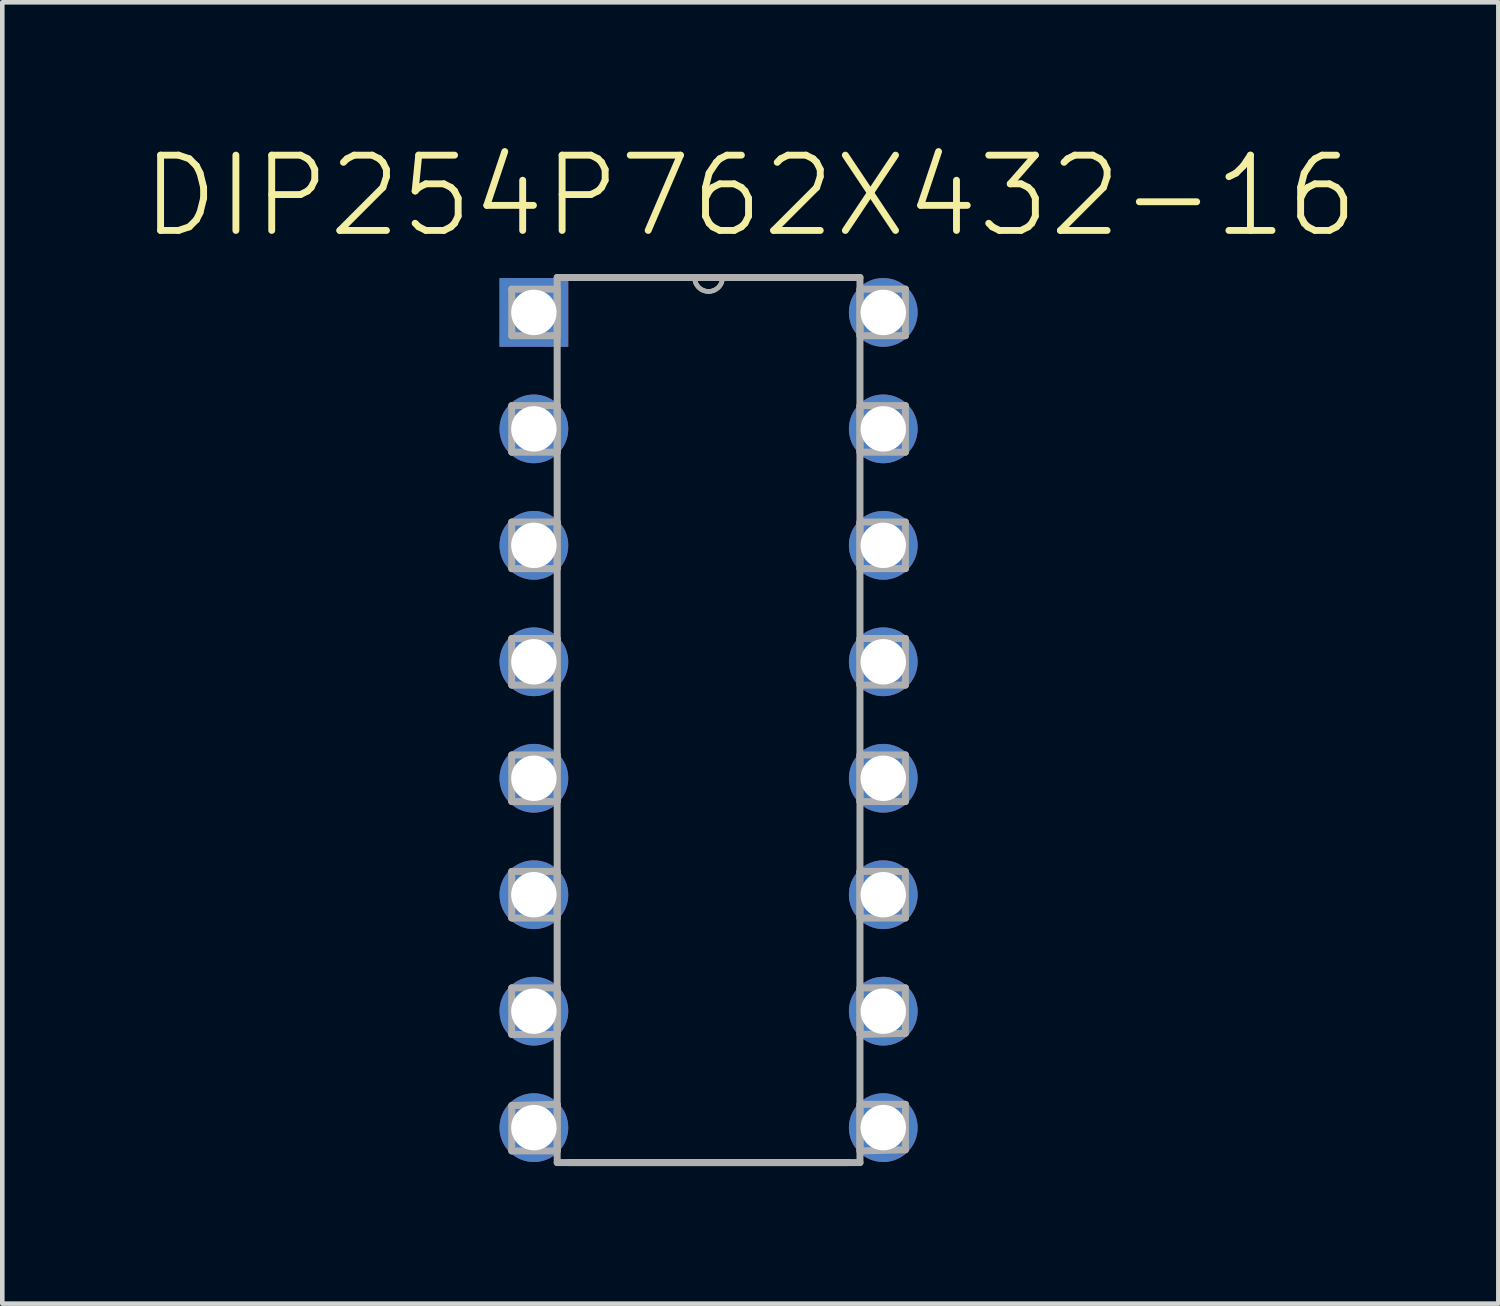
<source format=kicad_pcb>
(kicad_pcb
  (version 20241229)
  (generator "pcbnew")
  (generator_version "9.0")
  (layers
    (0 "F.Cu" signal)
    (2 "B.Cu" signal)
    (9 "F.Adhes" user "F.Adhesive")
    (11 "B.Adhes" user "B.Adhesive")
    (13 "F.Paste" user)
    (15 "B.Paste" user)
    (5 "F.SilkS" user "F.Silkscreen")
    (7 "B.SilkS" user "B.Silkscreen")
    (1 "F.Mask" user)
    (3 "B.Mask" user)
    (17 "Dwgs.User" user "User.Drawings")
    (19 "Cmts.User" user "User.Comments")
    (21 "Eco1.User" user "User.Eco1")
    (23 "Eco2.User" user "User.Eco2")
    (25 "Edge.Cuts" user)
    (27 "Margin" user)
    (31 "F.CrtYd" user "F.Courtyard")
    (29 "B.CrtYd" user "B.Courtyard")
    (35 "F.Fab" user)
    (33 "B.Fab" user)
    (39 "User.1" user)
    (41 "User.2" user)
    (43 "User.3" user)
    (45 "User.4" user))
  (footprint "DIP254P762X432-16"
    (layer "F.Cu")
    (at 16.214 21.544)
    (property "Reference" "DIP254P762X432-16" (at -2.899 -20.32 0) (layer "F.SilkS") (effects (font (size 1.642 1.642) (thickness 0.15))))
    (attr through_hole)
    (fp_line (start -6.858 0.762) (end -0.762 0.762) (stroke (width 0.152) (type solid)) (layer "F.SilkS"))
    (fp_line (start -4.115 -18.542) (end -6.528 -18.542) (stroke (width 0.152) (type solid)) (layer "F.SilkS"))
    (fp_line (start -3.505 -18.542) (end -4.115 -18.542) (stroke (width 0.152) (type solid)) (layer "F.SilkS"))
    (fp_line (start -0.762 -18.542) (end -3.505 -18.542) (stroke (width 0.152) (type solid)) (layer "F.SilkS"))
    (fp_arc (start -3.5052 -18.542) (mid -3.81 -18.2372) (end -4.1148 -18.542) (stroke (width 0.1) (type solid)) (layer "F.SilkS"))
    (fp_line (start -8.103 -18.288) (end -8.103 -17.272) (stroke (width 0.152) (type solid)) (layer "F.Fab"))
    (fp_line (start -8.103 -17.272) (end -7.112 -17.272) (stroke (width 0.152) (type solid)) (layer "F.Fab"))
    (fp_line (start -8.103 -15.748) (end -8.103 -14.732) (stroke (width 0.152) (type solid)) (layer "F.Fab"))
    (fp_line (start -8.103 -14.732) (end -7.112 -14.732) (stroke (width 0.152) (type solid)) (layer "F.Fab"))
    (fp_line (start -8.103 -13.208) (end -8.103 -12.192) (stroke (width 0.152) (type solid)) (layer "F.Fab"))
    (fp_line (start -8.103 -12.192) (end -7.112 -12.192) (stroke (width 0.152) (type solid)) (layer "F.Fab"))
    (fp_line (start -8.103 -10.668) (end -8.103 -9.652) (stroke (width 0.152) (type solid)) (layer "F.Fab"))
    (fp_line (start -8.103 -9.652) (end -7.112 -9.652) (stroke (width 0.152) (type solid)) (layer "F.Fab"))
    (fp_line (start -8.103 -8.128) (end -8.103 -7.112) (stroke (width 0.152) (type solid)) (layer "F.Fab"))
    (fp_line (start -8.103 -7.112) (end -7.112 -7.112) (stroke (width 0.152) (type solid)) (layer "F.Fab"))
    (fp_line (start -8.103 -5.588) (end -8.103 -4.572) (stroke (width 0.152) (type solid)) (layer "F.Fab"))
    (fp_line (start -8.103 -4.572) (end -7.112 -4.572) (stroke (width 0.152) (type solid)) (layer "F.Fab"))
    (fp_line (start -8.103 -3.048) (end -8.103 -2.032) (stroke (width 0.152) (type solid)) (layer "F.Fab"))
    (fp_line (start -8.103 -2.032) (end -7.112 -2.032) (stroke (width 0.152) (type solid)) (layer "F.Fab"))
    (fp_line (start -8.103 -0.483) (end -8.103 0.508) (stroke (width 0.152) (type solid)) (layer "F.Fab"))
    (fp_line (start -8.103 0.508) (end -7.112 0.508) (stroke (width 0.152) (type solid)) (layer "F.Fab"))
    (fp_line (start -7.112 -18.542) (end -7.112 0.762) (stroke (width 0.152) (type solid)) (layer "F.Fab"))
    (fp_line (start -7.112 -18.288) (end -8.103 -18.288) (stroke (width 0.152) (type solid)) (layer "F.Fab"))
    (fp_line (start -7.112 -17.272) (end -7.112 -18.288) (stroke (width 0.152) (type solid)) (layer "F.Fab"))
    (fp_line (start -7.112 -15.748) (end -8.103 -15.748) (stroke (width 0.152) (type solid)) (layer "F.Fab"))
    (fp_line (start -7.112 -14.732) (end -7.112 -15.748) (stroke (width 0.152) (type solid)) (layer "F.Fab"))
    (fp_line (start -7.112 -13.208) (end -8.103 -13.208) (stroke (width 0.152) (type solid)) (layer "F.Fab"))
    (fp_line (start -7.112 -12.192) (end -7.112 -13.208) (stroke (width 0.152) (type solid)) (layer "F.Fab"))
    (fp_line (start -7.112 -10.668) (end -8.103 -10.668) (stroke (width 0.152) (type solid)) (layer "F.Fab"))
    (fp_line (start -7.112 -9.652) (end -7.112 -10.668) (stroke (width 0.152) (type solid)) (layer "F.Fab"))
    (fp_line (start -7.112 -8.128) (end -8.103 -8.128) (stroke (width 0.152) (type solid)) (layer "F.Fab"))
    (fp_line (start -7.112 -7.112) (end -7.112 -8.128) (stroke (width 0.152) (type solid)) (layer "F.Fab"))
    (fp_line (start -7.112 -5.588) (end -8.103 -5.588) (stroke (width 0.152) (type solid)) (layer "F.Fab"))
    (fp_line (start -7.112 -4.572) (end -7.112 -5.588) (stroke (width 0.152) (type solid)) (layer "F.Fab"))
    (fp_line (start -7.112 -3.048) (end -8.103 -3.048) (stroke (width 0.152) (type solid)) (layer "F.Fab"))
    (fp_line (start -7.112 -2.032) (end -7.112 -3.048) (stroke (width 0.152) (type solid)) (layer "F.Fab"))
    (fp_line (start -7.112 -0.508) (end -8.103 -0.483) (stroke (width 0.152) (type solid)) (layer "F.Fab"))
    (fp_line (start -7.112 0.508) (end -7.112 -0.508) (stroke (width 0.152) (type solid)) (layer "F.Fab"))
    (fp_line (start -7.112 0.762) (end -0.508 0.762) (stroke (width 0.152) (type solid)) (layer "F.Fab"))
    (fp_line (start -4.115 -18.542) (end -7.112 -18.542) (stroke (width 0.152) (type solid)) (layer "F.Fab"))
    (fp_line (start -3.505 -18.542) (end -4.115 -18.542) (stroke (width 0.152) (type solid)) (layer "F.Fab"))
    (fp_line (start -0.508 -18.542) (end -3.505 -18.542) (stroke (width 0.152) (type solid)) (layer "F.Fab"))
    (fp_line (start -0.508 -18.288) (end -0.508 -17.272) (stroke (width 0.152) (type solid)) (layer "F.Fab"))
    (fp_line (start -0.508 -17.272) (end 0.483 -17.272) (stroke (width 0.152) (type solid)) (layer "F.Fab"))
    (fp_line (start -0.508 -15.748) (end -0.508 -14.732) (stroke (width 0.152) (type solid)) (layer "F.Fab"))
    (fp_line (start -0.508 -14.732) (end 0.483 -14.732) (stroke (width 0.152) (type solid)) (layer "F.Fab"))
    (fp_line (start -0.508 -13.208) (end -0.508 -12.192) (stroke (width 0.152) (type solid)) (layer "F.Fab"))
    (fp_line (start -0.508 -12.192) (end 0.483 -12.192) (stroke (width 0.152) (type solid)) (layer "F.Fab"))
    (fp_line (start -0.508 -10.668) (end -0.508 -9.652) (stroke (width 0.152) (type solid)) (layer "F.Fab"))
    (fp_line (start -0.508 -9.652) (end 0.483 -9.652) (stroke (width 0.152) (type solid)) (layer "F.Fab"))
    (fp_line (start -0.508 -8.128) (end -0.508 -7.112) (stroke (width 0.152) (type solid)) (layer "F.Fab"))
    (fp_line (start -0.508 -7.112) (end 0.483 -7.112) (stroke (width 0.152) (type solid)) (layer "F.Fab"))
    (fp_line (start -0.508 -5.588) (end -0.508 -4.572) (stroke (width 0.152) (type solid)) (layer "F.Fab"))
    (fp_line (start -0.508 -4.572) (end 0.483 -4.572) (stroke (width 0.152) (type solid)) (layer "F.Fab"))
    (fp_line (start -0.508 -3.048) (end -0.508 -2.032) (stroke (width 0.152) (type solid)) (layer "F.Fab"))
    (fp_line (start -0.508 -2.032) (end 0.483 -2.057) (stroke (width 0.152) (type solid)) (layer "F.Fab"))
    (fp_line (start -0.508 -0.508) (end -0.508 0.508) (stroke (width 0.152) (type solid)) (layer "F.Fab"))
    (fp_line (start -0.508 0.508) (end 0.483 0.483) (stroke (width 0.152) (type solid)) (layer "F.Fab"))
    (fp_line (start -0.508 0.762) (end -0.508 -18.542) (stroke (width 0.152) (type solid)) (layer "F.Fab"))
    (fp_line (start 0.483 -18.288) (end -0.508 -18.288) (stroke (width 0.152) (type solid)) (layer "F.Fab"))
    (fp_line (start 0.483 -17.272) (end 0.483 -18.288) (stroke (width 0.152) (type solid)) (layer "F.Fab"))
    (fp_line (start 0.483 -15.748) (end -0.508 -15.748) (stroke (width 0.152) (type solid)) (layer "F.Fab"))
    (fp_line (start 0.483 -14.732) (end 0.483 -15.748) (stroke (width 0.152) (type solid)) (layer "F.Fab"))
    (fp_line (start 0.483 -13.208) (end -0.508 -13.208) (stroke (width 0.152) (type solid)) (layer "F.Fab"))
    (fp_line (start 0.483 -12.192) (end 0.483 -13.208) (stroke (width 0.152) (type solid)) (layer "F.Fab"))
    (fp_line (start 0.483 -10.668) (end -0.508 -10.668) (stroke (width 0.152) (type solid)) (layer "F.Fab"))
    (fp_line (start 0.483 -9.652) (end 0.483 -10.668) (stroke (width 0.152) (type solid)) (layer "F.Fab"))
    (fp_line (start 0.483 -8.128) (end -0.508 -8.128) (stroke (width 0.152) (type solid)) (layer "F.Fab"))
    (fp_line (start 0.483 -7.112) (end 0.483 -8.128) (stroke (width 0.152) (type solid)) (layer "F.Fab"))
    (fp_line (start 0.483 -5.588) (end -0.508 -5.588) (stroke (width 0.152) (type solid)) (layer "F.Fab"))
    (fp_line (start 0.483 -4.572) (end 0.483 -5.588) (stroke (width 0.152) (type solid)) (layer "F.Fab"))
    (fp_line (start 0.483 -3.048) (end -0.508 -3.048) (stroke (width 0.152) (type solid)) (layer "F.Fab"))
    (fp_line (start 0.483 -2.057) (end 0.483 -3.048) (stroke (width 0.152) (type solid)) (layer "F.Fab"))
    (fp_line (start 0.483 -0.508) (end -0.508 -0.508) (stroke (width 0.152) (type solid)) (layer "F.Fab"))
    (fp_line (start 0.483 0.483) (end 0.483 -0.508) (stroke (width 0.152) (type solid)) (layer "F.Fab"))
    (fp_arc (start -3.5052 -18.542) (mid -3.81 -18.2372) (end -4.1148 -18.542) (stroke (width 0.1) (type solid)) (layer "F.Fab"))
    (pad "1" thru_hole rect (at -7.62 -17.78) (size 1.499 1.499) (drill 0.991) (layers "*.Cu" "*.Mask"))
    (pad "2" thru_hole circle (at -7.62 -15.24) (size 1.499 1.499) (drill 0.991) (layers "*.Cu" "*.Mask"))
    (pad "3" thru_hole circle (at -7.62 -12.7) (size 1.499 1.499) (drill 0.991) (layers "*.Cu" "*.Mask"))
    (pad "4" thru_hole circle (at -7.62 -10.16) (size 1.499 1.499) (drill 0.991) (layers "*.Cu" "*.Mask"))
    (pad "5" thru_hole circle (at -7.62 -7.62) (size 1.499 1.499) (drill 0.991) (layers "*.Cu" "*.Mask"))
    (pad "6" thru_hole circle (at -7.62 -5.08) (size 1.499 1.499) (drill 0.991) (layers "*.Cu" "*.Mask"))
    (pad "7" thru_hole circle (at -7.62 -2.54) (size 1.499 1.499) (drill 0.991) (layers "*.Cu" "*.Mask"))
    (pad "8" thru_hole circle (at -7.62 0) (size 1.499 1.499) (drill 0.991) (layers "*.Cu" "*.Mask"))
    (pad "9" thru_hole circle (at 0 0) (size 1.499 1.499) (drill 0.991) (layers "*.Cu" "*.Mask"))
    (pad "10" thru_hole circle (at 0 -2.54) (size 1.499 1.499) (drill 0.991) (layers "*.Cu" "*.Mask"))
    (pad "11" thru_hole circle (at 0 -5.08) (size 1.499 1.499) (drill 0.991) (layers "*.Cu" "*.Mask"))
    (pad "12" thru_hole circle (at 0 -7.62) (size 1.499 1.499) (drill 0.991) (layers "*.Cu" "*.Mask"))
    (pad "13" thru_hole circle (at 0 -10.16) (size 1.499 1.499) (drill 0.991) (layers "*.Cu" "*.Mask"))
    (pad "14" thru_hole circle (at 0 -12.7) (size 1.499 1.499) (drill 0.991) (layers "*.Cu" "*.Mask"))
    (pad "15" thru_hole circle (at 0 -15.24) (size 1.499 1.499) (drill 0.991) (layers "*.Cu" "*.Mask"))
    (pad "16" thru_hole circle (at 0 -17.78) (size 1.499 1.499) (drill 0.991) (layers "*.Cu" "*.Mask")))
  (gr_rect
    (start -3 -3)
    (end 29.629 25.382)
    (stroke (width 0.1) (type default))
    (fill no)
    (layer "Edge.Cuts")))
</source>
